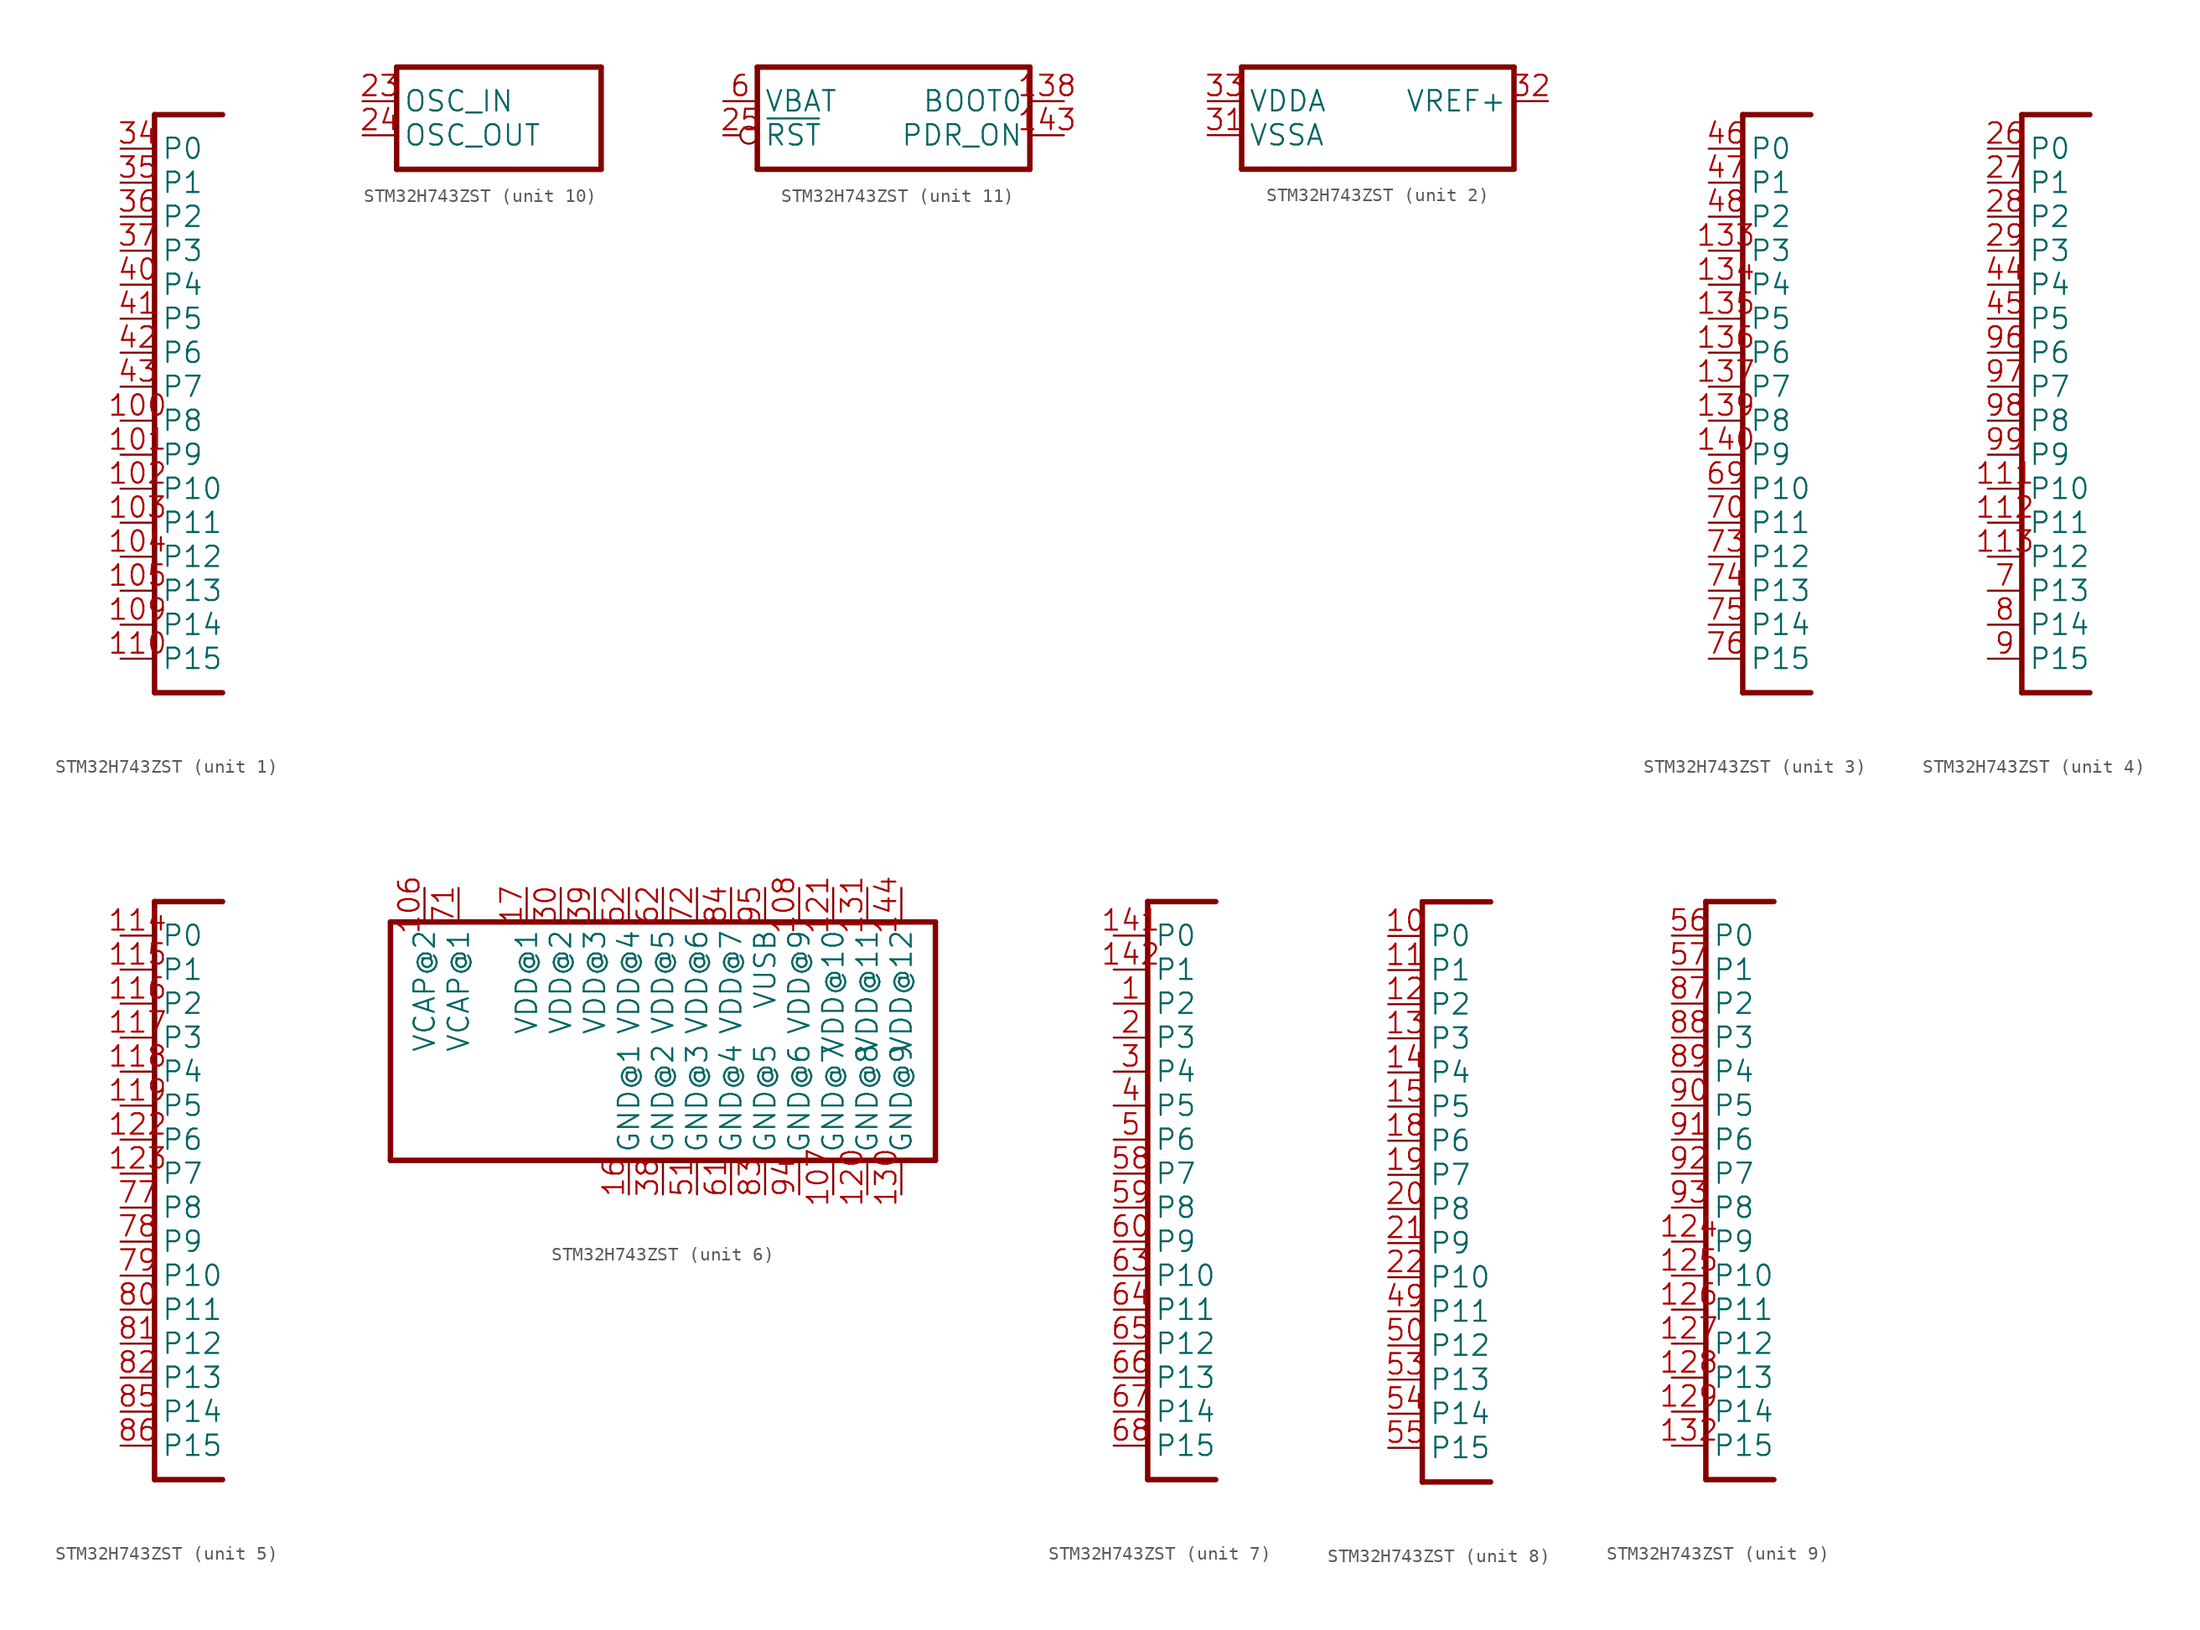
<source format=kicad_sym>
(kicad_symbol_lib
  (version 20241209)
  (generator "kicad_symbol_editor")
  (generator_version "9.0")
  (symbol "STM32H743ZST"
    (property "Reference" "IC"
      (at -10.16 -5.08 0)
      (effects (font (size 1.27 1.079)) (justify left bottom) (hide yes)))
    (property "ki_locked" ""
      (at 0 0 0)
      (effects (font (size 1.27 1.27))))
    (symbol "STM32H743ZST_1_0"
      (polyline (pts (xy -2.54 20.32) (xy -2.54 -22.86)) (stroke (width 0.406) (type solid)) (fill (type none)))
      (polyline (pts (xy -2.54 -22.86) (xy 2.54 -22.86)) (stroke (width 0.406) (type solid)) (fill (type none)))
      (polyline (pts (xy 2.54 20.32) (xy -2.54 20.32)) (stroke (width 0.406) (type solid)) (fill (type none)))
      (pin bidirectional line (at -5.08 17.78 0) (length 2.54) (name "P0" (effects (font (size 1.524 1.524)))) (number "34" (effects (font (size 1.524 1.524)))))
      (pin bidirectional line (at -5.08 15.24 0) (length 2.54) (name "P1" (effects (font (size 1.524 1.524)))) (number "35" (effects (font (size 1.524 1.524)))))
      (pin bidirectional line (at -5.08 12.7 0) (length 2.54) (name "P2" (effects (font (size 1.524 1.524)))) (number "36" (effects (font (size 1.524 1.524)))))
      (pin bidirectional line (at -5.08 10.16 0) (length 2.54) (name "P3" (effects (font (size 1.524 1.524)))) (number "37" (effects (font (size 1.524 1.524)))))
      (pin bidirectional line (at -5.08 7.62 0) (length 2.54) (name "P4" (effects (font (size 1.524 1.524)))) (number "40" (effects (font (size 1.524 1.524)))))
      (pin bidirectional line (at -5.08 5.08 0) (length 2.54) (name "P5" (effects (font (size 1.524 1.524)))) (number "41" (effects (font (size 1.524 1.524)))))
      (pin bidirectional line (at -5.08 2.54 0) (length 2.54) (name "P6" (effects (font (size 1.524 1.524)))) (number "42" (effects (font (size 1.524 1.524)))))
      (pin bidirectional line (at -5.08 0 0) (length 2.54) (name "P7" (effects (font (size 1.524 1.524)))) (number "43" (effects (font (size 1.524 1.524)))))
      (pin bidirectional line (at -5.08 -2.54 0) (length 2.54) (name "P8" (effects (font (size 1.524 1.524)))) (number "100" (effects (font (size 1.524 1.524)))))
      (pin bidirectional line (at -5.08 -5.08 0) (length 2.54) (name "P9" (effects (font (size 1.524 1.524)))) (number "101" (effects (font (size 1.524 1.524)))))
      (pin bidirectional line (at -5.08 -7.62 0) (length 2.54) (name "P10" (effects (font (size 1.524 1.524)))) (number "102" (effects (font (size 1.524 1.524)))))
      (pin bidirectional line (at -5.08 -10.16 0) (length 2.54) (name "P11" (effects (font (size 1.524 1.524)))) (number "103" (effects (font (size 1.524 1.524)))))
      (pin bidirectional line (at -5.08 -12.7 0) (length 2.54) (name "P12" (effects (font (size 1.524 1.524)))) (number "104" (effects (font (size 1.524 1.524)))))
      (pin bidirectional line (at -5.08 -15.24 0) (length 2.54) (name "P13" (effects (font (size 1.524 1.524)))) (number "105" (effects (font (size 1.524 1.524)))))
      (pin bidirectional line (at -5.08 -17.78 0) (length 2.54) (name "P14" (effects (font (size 1.524 1.524)))) (number "109" (effects (font (size 1.524 1.524)))))
      (pin bidirectional line (at -5.08 -20.32 0) (length 2.54) (name "P15" (effects (font (size 1.524 1.524)))) (number "110" (effects (font (size 1.524 1.524))))))
    (symbol "STM32H743ZST_2_0"
      (polyline (pts (xy -10.16 5.08) (xy -10.16 -2.54)) (stroke (width 0.406) (type solid)) (fill (type none)))
      (polyline (pts (xy -10.16 -2.54) (xy 10.16 -2.54)) (stroke (width 0.406) (type solid)) (fill (type none)))
      (polyline (pts (xy 10.16 5.08) (xy -10.16 5.08)) (stroke (width 0.406) (type solid)) (fill (type none)))
      (polyline (pts (xy 10.16 -2.54) (xy 10.16 5.08)) (stroke (width 0.406) (type solid)) (fill (type none)))
      (pin power_in line (at -12.7 2.54 0) (length 2.54) (name "VDDA" (effects (font (size 1.524 1.524)))) (number "33" (effects (font (size 1.524 1.524)))))
      (pin power_in line (at -12.7 0 0) (length 2.54) (name "VSSA" (effects (font (size 1.524 1.524)))) (number "31" (effects (font (size 1.524 1.524)))))
      (pin passive line (at 12.7 2.54 180) (length 2.54) (name "VREF+" (effects (font (size 1.524 1.524)))) (number "32" (effects (font (size 1.524 1.524))))))
    (symbol "STM32H743ZST_3_0"
      (polyline (pts (xy -2.54 20.32) (xy -2.54 -22.86)) (stroke (width 0.406) (type solid)) (fill (type none)))
      (polyline (pts (xy -2.54 -22.86) (xy 2.54 -22.86)) (stroke (width 0.406) (type solid)) (fill (type none)))
      (polyline (pts (xy 2.54 20.32) (xy -2.54 20.32)) (stroke (width 0.406) (type solid)) (fill (type none)))
      (pin bidirectional line (at -5.08 17.78 0) (length 2.54) (name "P0" (effects (font (size 1.524 1.524)))) (number "46" (effects (font (size 1.524 1.524)))))
      (pin bidirectional line (at -5.08 15.24 0) (length 2.54) (name "P1" (effects (font (size 1.524 1.524)))) (number "47" (effects (font (size 1.524 1.524)))))
      (pin bidirectional line (at -5.08 12.7 0) (length 2.54) (name "P2" (effects (font (size 1.524 1.524)))) (number "48" (effects (font (size 1.524 1.524)))))
      (pin bidirectional line (at -5.08 10.16 0) (length 2.54) (name "P3" (effects (font (size 1.524 1.524)))) (number "133" (effects (font (size 1.524 1.524)))))
      (pin bidirectional line (at -5.08 7.62 0) (length 2.54) (name "P4" (effects (font (size 1.524 1.524)))) (number "134" (effects (font (size 1.524 1.524)))))
      (pin bidirectional line (at -5.08 5.08 0) (length 2.54) (name "P5" (effects (font (size 1.524 1.524)))) (number "135" (effects (font (size 1.524 1.524)))))
      (pin bidirectional line (at -5.08 2.54 0) (length 2.54) (name "P6" (effects (font (size 1.524 1.524)))) (number "136" (effects (font (size 1.524 1.524)))))
      (pin bidirectional line (at -5.08 0 0) (length 2.54) (name "P7" (effects (font (size 1.524 1.524)))) (number "137" (effects (font (size 1.524 1.524)))))
      (pin bidirectional line (at -5.08 -2.54 0) (length 2.54) (name "P8" (effects (font (size 1.524 1.524)))) (number "139" (effects (font (size 1.524 1.524)))))
      (pin bidirectional line (at -5.08 -5.08 0) (length 2.54) (name "P9" (effects (font (size 1.524 1.524)))) (number "140" (effects (font (size 1.524 1.524)))))
      (pin bidirectional line (at -5.08 -7.62 0) (length 2.54) (name "P10" (effects (font (size 1.524 1.524)))) (number "69" (effects (font (size 1.524 1.524)))))
      (pin bidirectional line (at -5.08 -10.16 0) (length 2.54) (name "P11" (effects (font (size 1.524 1.524)))) (number "70" (effects (font (size 1.524 1.524)))))
      (pin bidirectional line (at -5.08 -12.7 0) (length 2.54) (name "P12" (effects (font (size 1.524 1.524)))) (number "73" (effects (font (size 1.524 1.524)))))
      (pin bidirectional line (at -5.08 -15.24 0) (length 2.54) (name "P13" (effects (font (size 1.524 1.524)))) (number "74" (effects (font (size 1.524 1.524)))))
      (pin bidirectional line (at -5.08 -17.78 0) (length 2.54) (name "P14" (effects (font (size 1.524 1.524)))) (number "75" (effects (font (size 1.524 1.524)))))
      (pin bidirectional line (at -5.08 -20.32 0) (length 2.54) (name "P15" (effects (font (size 1.524 1.524)))) (number "76" (effects (font (size 1.524 1.524))))))
    (symbol "STM32H743ZST_4_0"
      (polyline (pts (xy -2.54 20.32) (xy -2.54 -22.86)) (stroke (width 0.406) (type solid)) (fill (type none)))
      (polyline (pts (xy -2.54 -22.86) (xy 2.54 -22.86)) (stroke (width 0.406) (type solid)) (fill (type none)))
      (polyline (pts (xy 2.54 20.32) (xy -2.54 20.32)) (stroke (width 0.406) (type solid)) (fill (type none)))
      (pin bidirectional line (at -5.08 17.78 0) (length 2.54) (name "P0" (effects (font (size 1.524 1.524)))) (number "26" (effects (font (size 1.524 1.524)))))
      (pin bidirectional line (at -5.08 15.24 0) (length 2.54) (name "P1" (effects (font (size 1.524 1.524)))) (number "27" (effects (font (size 1.524 1.524)))))
      (pin bidirectional line (at -5.08 12.7 0) (length 2.54) (name "P2" (effects (font (size 1.524 1.524)))) (number "28" (effects (font (size 1.524 1.524)))))
      (pin bidirectional line (at -5.08 10.16 0) (length 2.54) (name "P3" (effects (font (size 1.524 1.524)))) (number "29" (effects (font (size 1.524 1.524)))))
      (pin bidirectional line (at -5.08 7.62 0) (length 2.54) (name "P4" (effects (font (size 1.524 1.524)))) (number "44" (effects (font (size 1.524 1.524)))))
      (pin bidirectional line (at -5.08 5.08 0) (length 2.54) (name "P5" (effects (font (size 1.524 1.524)))) (number "45" (effects (font (size 1.524 1.524)))))
      (pin bidirectional line (at -5.08 2.54 0) (length 2.54) (name "P6" (effects (font (size 1.524 1.524)))) (number "96" (effects (font (size 1.524 1.524)))))
      (pin bidirectional line (at -5.08 0 0) (length 2.54) (name "P7" (effects (font (size 1.524 1.524)))) (number "97" (effects (font (size 1.524 1.524)))))
      (pin bidirectional line (at -5.08 -2.54 0) (length 2.54) (name "P8" (effects (font (size 1.524 1.524)))) (number "98" (effects (font (size 1.524 1.524)))))
      (pin bidirectional line (at -5.08 -5.08 0) (length 2.54) (name "P9" (effects (font (size 1.524 1.524)))) (number "99" (effects (font (size 1.524 1.524)))))
      (pin bidirectional line (at -5.08 -7.62 0) (length 2.54) (name "P10" (effects (font (size 1.524 1.524)))) (number "111" (effects (font (size 1.524 1.524)))))
      (pin bidirectional line (at -5.08 -10.16 0) (length 2.54) (name "P11" (effects (font (size 1.524 1.524)))) (number "112" (effects (font (size 1.524 1.524)))))
      (pin bidirectional line (at -5.08 -12.7 0) (length 2.54) (name "P12" (effects (font (size 1.524 1.524)))) (number "113" (effects (font (size 1.524 1.524)))))
      (pin bidirectional line (at -5.08 -15.24 0) (length 2.54) (name "P13" (effects (font (size 1.524 1.524)))) (number "7" (effects (font (size 1.524 1.524)))))
      (pin bidirectional line (at -5.08 -17.78 0) (length 2.54) (name "P14" (effects (font (size 1.524 1.524)))) (number "8" (effects (font (size 1.524 1.524)))))
      (pin bidirectional line (at -5.08 -20.32 0) (length 2.54) (name "P15" (effects (font (size 1.524 1.524)))) (number "9" (effects (font (size 1.524 1.524))))))
    (symbol "STM32H743ZST_5_0"
      (polyline (pts (xy -2.54 20.32) (xy -2.54 -22.86)) (stroke (width 0.406) (type solid)) (fill (type none)))
      (polyline (pts (xy -2.54 -22.86) (xy 2.54 -22.86)) (stroke (width 0.406) (type solid)) (fill (type none)))
      (polyline (pts (xy 2.54 20.32) (xy -2.54 20.32)) (stroke (width 0.406) (type solid)) (fill (type none)))
      (pin bidirectional line (at -5.08 17.78 0) (length 2.54) (name "P0" (effects (font (size 1.524 1.524)))) (number "114" (effects (font (size 1.524 1.524)))))
      (pin bidirectional line (at -5.08 15.24 0) (length 2.54) (name "P1" (effects (font (size 1.524 1.524)))) (number "115" (effects (font (size 1.524 1.524)))))
      (pin bidirectional line (at -5.08 12.7 0) (length 2.54) (name "P2" (effects (font (size 1.524 1.524)))) (number "116" (effects (font (size 1.524 1.524)))))
      (pin bidirectional line (at -5.08 10.16 0) (length 2.54) (name "P3" (effects (font (size 1.524 1.524)))) (number "117" (effects (font (size 1.524 1.524)))))
      (pin bidirectional line (at -5.08 7.62 0) (length 2.54) (name "P4" (effects (font (size 1.524 1.524)))) (number "118" (effects (font (size 1.524 1.524)))))
      (pin bidirectional line (at -5.08 5.08 0) (length 2.54) (name "P5" (effects (font (size 1.524 1.524)))) (number "119" (effects (font (size 1.524 1.524)))))
      (pin bidirectional line (at -5.08 2.54 0) (length 2.54) (name "P6" (effects (font (size 1.524 1.524)))) (number "122" (effects (font (size 1.524 1.524)))))
      (pin bidirectional line (at -5.08 0 0) (length 2.54) (name "P7" (effects (font (size 1.524 1.524)))) (number "123" (effects (font (size 1.524 1.524)))))
      (pin bidirectional line (at -5.08 -2.54 0) (length 2.54) (name "P8" (effects (font (size 1.524 1.524)))) (number "77" (effects (font (size 1.524 1.524)))))
      (pin bidirectional line (at -5.08 -5.08 0) (length 2.54) (name "P9" (effects (font (size 1.524 1.524)))) (number "78" (effects (font (size 1.524 1.524)))))
      (pin bidirectional line (at -5.08 -7.62 0) (length 2.54) (name "P10" (effects (font (size 1.524 1.524)))) (number "79" (effects (font (size 1.524 1.524)))))
      (pin bidirectional line (at -5.08 -10.16 0) (length 2.54) (name "P11" (effects (font (size 1.524 1.524)))) (number "80" (effects (font (size 1.524 1.524)))))
      (pin bidirectional line (at -5.08 -12.7 0) (length 2.54) (name "P12" (effects (font (size 1.524 1.524)))) (number "81" (effects (font (size 1.524 1.524)))))
      (pin bidirectional line (at -5.08 -15.24 0) (length 2.54) (name "P13" (effects (font (size 1.524 1.524)))) (number "82" (effects (font (size 1.524 1.524)))))
      (pin bidirectional line (at -5.08 -17.78 0) (length 2.54) (name "P14" (effects (font (size 1.524 1.524)))) (number "85" (effects (font (size 1.524 1.524)))))
      (pin bidirectional line (at -5.08 -20.32 0) (length 2.54) (name "P15" (effects (font (size 1.524 1.524)))) (number "86" (effects (font (size 1.524 1.524))))))
    (symbol "STM32H743ZST_6_0"
      (polyline (pts (xy -30.48 7.62) (xy 10.16 7.62)) (stroke (width 0.406) (type solid)) (fill (type none)))
      (polyline (pts (xy -30.48 -10.16) (xy -30.48 7.62)) (stroke (width 0.406) (type solid)) (fill (type none)))
      (polyline (pts (xy 10.16 7.62) (xy 10.16 -10.16)) (stroke (width 0.406) (type solid)) (fill (type none)))
      (polyline (pts (xy 10.16 -10.16) (xy -30.48 -10.16)) (stroke (width 0.406) (type solid)) (fill (type none)))
      (pin power_in line (at -27.94 10.16 270) (length 2.54) (name "VCAP@2" (effects (font (size 1.524 1.524)))) (number "106" (effects (font (size 1.524 1.524)))))
      (pin power_in line (at -25.4 10.16 270) (length 2.54) (name "VCAP@1" (effects (font (size 1.524 1.524)))) (number "71" (effects (font (size 1.524 1.524)))))
      (pin power_in line (at -20.32 10.16 270) (length 2.54) (name "VDD@1" (effects (font (size 1.524 1.524)))) (number "17" (effects (font (size 1.524 1.524)))))
      (pin power_in line (at -17.78 10.16 270) (length 2.54) (name "VDD@2" (effects (font (size 1.524 1.524)))) (number "30" (effects (font (size 1.524 1.524)))))
      (pin power_in line (at -15.24 10.16 270) (length 2.54) (name "VDD@3" (effects (font (size 1.524 1.524)))) (number "39" (effects (font (size 1.524 1.524)))))
      (pin power_in line (at -12.7 10.16 270) (length 2.54) (name "VDD@4" (effects (font (size 1.524 1.524)))) (number "52" (effects (font (size 1.524 1.524)))))
      (pin power_in line (at -12.7 -12.7 90) (length 2.54) (name "GND@1" (effects (font (size 1.524 1.524)))) (number "16" (effects (font (size 1.524 1.524)))))
      (pin power_in line (at -10.16 10.16 270) (length 2.54) (name "VDD@5" (effects (font (size 1.524 1.524)))) (number "62" (effects (font (size 1.524 1.524)))))
      (pin power_in line (at -10.16 -12.7 90) (length 2.54) (name "GND@2" (effects (font (size 1.524 1.524)))) (number "38" (effects (font (size 1.524 1.524)))))
      (pin power_in line (at -7.62 10.16 270) (length 2.54) (name "VDD@6" (effects (font (size 1.524 1.524)))) (number "72" (effects (font (size 1.524 1.524)))))
      (pin power_in line (at -7.62 -12.7 90) (length 2.54) (name "GND@3" (effects (font (size 1.524 1.524)))) (number "51" (effects (font (size 1.524 1.524)))))
      (pin power_in line (at -5.08 10.16 270) (length 2.54) (name "VDD@7" (effects (font (size 1.524 1.524)))) (number "84" (effects (font (size 1.524 1.524)))))
      (pin power_in line (at -5.08 -12.7 90) (length 2.54) (name "GND@4" (effects (font (size 1.524 1.524)))) (number "61" (effects (font (size 1.524 1.524)))))
      (pin power_in line (at -2.54 10.16 270) (length 2.54) (name "VUSB" (effects (font (size 1.524 1.524)))) (number "95" (effects (font (size 1.524 1.524)))))
      (pin power_in line (at -2.54 -12.7 90) (length 2.54) (name "GND@5" (effects (font (size 1.524 1.524)))) (number "83" (effects (font (size 1.524 1.524)))))
      (pin power_in line (at 0 10.16 270) (length 2.54) (name "VDD@9" (effects (font (size 1.524 1.524)))) (number "108" (effects (font (size 1.524 1.524)))))
      (pin power_in line (at 0 -12.7 90) (length 2.54) (name "GND@6" (effects (font (size 1.524 1.524)))) (number "94" (effects (font (size 1.524 1.524)))))
      (pin power_in line (at 2.54 10.16 270) (length 2.54) (name "VDD@10" (effects (font (size 1.524 1.524)))) (number "121" (effects (font (size 1.524 1.524)))))
      (pin power_in line (at 2.54 -12.7 90) (length 2.54) (name "GND@7" (effects (font (size 1.524 1.524)))) (number "107" (effects (font (size 1.524 1.524)))))
      (pin power_in line (at 5.08 10.16 270) (length 2.54) (name "VDD@11" (effects (font (size 1.524 1.524)))) (number "131" (effects (font (size 1.524 1.524)))))
      (pin power_in line (at 5.08 -12.7 90) (length 2.54) (name "GND@8" (effects (font (size 1.524 1.524)))) (number "120" (effects (font (size 1.524 1.524)))))
      (pin power_in line (at 7.62 10.16 270) (length 2.54) (name "VDD@12" (effects (font (size 1.524 1.524)))) (number "144" (effects (font (size 1.524 1.524)))))
      (pin power_in line (at 7.62 -12.7 90) (length 2.54) (name "GND@9" (effects (font (size 1.524 1.524)))) (number "130" (effects (font (size 1.524 1.524))))))
    (symbol "STM32H743ZST_7_0"
      (polyline (pts (xy -2.54 20.32) (xy -2.54 -22.86)) (stroke (width 0.406) (type solid)) (fill (type none)))
      (polyline (pts (xy -2.54 -22.86) (xy 2.54 -22.86)) (stroke (width 0.406) (type solid)) (fill (type none)))
      (polyline (pts (xy 2.54 20.32) (xy -2.54 20.32)) (stroke (width 0.406) (type solid)) (fill (type none)))
      (pin bidirectional line (at -5.08 17.78 0) (length 2.54) (name "P0" (effects (font (size 1.524 1.524)))) (number "141" (effects (font (size 1.524 1.524)))))
      (pin bidirectional line (at -5.08 15.24 0) (length 2.54) (name "P1" (effects (font (size 1.524 1.524)))) (number "142" (effects (font (size 1.524 1.524)))))
      (pin bidirectional line (at -5.08 12.7 0) (length 2.54) (name "P2" (effects (font (size 1.524 1.524)))) (number "1" (effects (font (size 1.524 1.524)))))
      (pin bidirectional line (at -5.08 10.16 0) (length 2.54) (name "P3" (effects (font (size 1.524 1.524)))) (number "2" (effects (font (size 1.524 1.524)))))
      (pin bidirectional line (at -5.08 7.62 0) (length 2.54) (name "P4" (effects (font (size 1.524 1.524)))) (number "3" (effects (font (size 1.524 1.524)))))
      (pin bidirectional line (at -5.08 5.08 0) (length 2.54) (name "P5" (effects (font (size 1.524 1.524)))) (number "4" (effects (font (size 1.524 1.524)))))
      (pin bidirectional line (at -5.08 2.54 0) (length 2.54) (name "P6" (effects (font (size 1.524 1.524)))) (number "5" (effects (font (size 1.524 1.524)))))
      (pin bidirectional line (at -5.08 0 0) (length 2.54) (name "P7" (effects (font (size 1.524 1.524)))) (number "58" (effects (font (size 1.524 1.524)))))
      (pin bidirectional line (at -5.08 -2.54 0) (length 2.54) (name "P8" (effects (font (size 1.524 1.524)))) (number "59" (effects (font (size 1.524 1.524)))))
      (pin bidirectional line (at -5.08 -5.08 0) (length 2.54) (name "P9" (effects (font (size 1.524 1.524)))) (number "60" (effects (font (size 1.524 1.524)))))
      (pin bidirectional line (at -5.08 -7.62 0) (length 2.54) (name "P10" (effects (font (size 1.524 1.524)))) (number "63" (effects (font (size 1.524 1.524)))))
      (pin bidirectional line (at -5.08 -10.16 0) (length 2.54) (name "P11" (effects (font (size 1.524 1.524)))) (number "64" (effects (font (size 1.524 1.524)))))
      (pin bidirectional line (at -5.08 -12.7 0) (length 2.54) (name "P12" (effects (font (size 1.524 1.524)))) (number "65" (effects (font (size 1.524 1.524)))))
      (pin bidirectional line (at -5.08 -15.24 0) (length 2.54) (name "P13" (effects (font (size 1.524 1.524)))) (number "66" (effects (font (size 1.524 1.524)))))
      (pin bidirectional line (at -5.08 -17.78 0) (length 2.54) (name "P14" (effects (font (size 1.524 1.524)))) (number "67" (effects (font (size 1.524 1.524)))))
      (pin bidirectional line (at -5.08 -20.32 0) (length 2.54) (name "P15" (effects (font (size 1.524 1.524)))) (number "68" (effects (font (size 1.524 1.524))))))
    (symbol "STM32H743ZST_8_0"
      (polyline (pts (xy -2.54 20.32) (xy -2.54 -22.86)) (stroke (width 0.406) (type solid)) (fill (type none)))
      (polyline (pts (xy -2.54 -22.86) (xy 2.54 -22.86)) (stroke (width 0.406) (type solid)) (fill (type none)))
      (polyline (pts (xy 2.54 20.32) (xy -2.54 20.32)) (stroke (width 0.406) (type solid)) (fill (type none)))
      (pin bidirectional line (at -5.08 17.78 0) (length 2.54) (name "P0" (effects (font (size 1.524 1.524)))) (number "10" (effects (font (size 1.524 1.524)))))
      (pin bidirectional line (at -5.08 15.24 0) (length 2.54) (name "P1" (effects (font (size 1.524 1.524)))) (number "11" (effects (font (size 1.524 1.524)))))
      (pin bidirectional line (at -5.08 12.7 0) (length 2.54) (name "P2" (effects (font (size 1.524 1.524)))) (number "12" (effects (font (size 1.524 1.524)))))
      (pin bidirectional line (at -5.08 10.16 0) (length 2.54) (name "P3" (effects (font (size 1.524 1.524)))) (number "13" (effects (font (size 1.524 1.524)))))
      (pin bidirectional line (at -5.08 7.62 0) (length 2.54) (name "P4" (effects (font (size 1.524 1.524)))) (number "14" (effects (font (size 1.524 1.524)))))
      (pin bidirectional line (at -5.08 5.08 0) (length 2.54) (name "P5" (effects (font (size 1.524 1.524)))) (number "15" (effects (font (size 1.524 1.524)))))
      (pin bidirectional line (at -5.08 2.54 0) (length 2.54) (name "P6" (effects (font (size 1.524 1.524)))) (number "18" (effects (font (size 1.524 1.524)))))
      (pin bidirectional line (at -5.08 0 0) (length 2.54) (name "P7" (effects (font (size 1.524 1.524)))) (number "19" (effects (font (size 1.524 1.524)))))
      (pin bidirectional line (at -5.08 -2.54 0) (length 2.54) (name "P8" (effects (font (size 1.524 1.524)))) (number "20" (effects (font (size 1.524 1.524)))))
      (pin bidirectional line (at -5.08 -5.08 0) (length 2.54) (name "P9" (effects (font (size 1.524 1.524)))) (number "21" (effects (font (size 1.524 1.524)))))
      (pin bidirectional line (at -5.08 -7.62 0) (length 2.54) (name "P10" (effects (font (size 1.524 1.524)))) (number "22" (effects (font (size 1.524 1.524)))))
      (pin bidirectional line (at -5.08 -10.16 0) (length 2.54) (name "P11" (effects (font (size 1.524 1.524)))) (number "49" (effects (font (size 1.524 1.524)))))
      (pin bidirectional line (at -5.08 -12.7 0) (length 2.54) (name "P12" (effects (font (size 1.524 1.524)))) (number "50" (effects (font (size 1.524 1.524)))))
      (pin bidirectional line (at -5.08 -15.24 0) (length 2.54) (name "P13" (effects (font (size 1.524 1.524)))) (number "53" (effects (font (size 1.524 1.524)))))
      (pin bidirectional line (at -5.08 -17.78 0) (length 2.54) (name "P14" (effects (font (size 1.524 1.524)))) (number "54" (effects (font (size 1.524 1.524)))))
      (pin bidirectional line (at -5.08 -20.32 0) (length 2.54) (name "P15" (effects (font (size 1.524 1.524)))) (number "55" (effects (font (size 1.524 1.524))))))
    (symbol "STM32H743ZST_9_0"
      (polyline (pts (xy -2.54 20.32) (xy -2.54 -22.86)) (stroke (width 0.406) (type solid)) (fill (type none)))
      (polyline (pts (xy -2.54 -22.86) (xy 2.54 -22.86)) (stroke (width 0.406) (type solid)) (fill (type none)))
      (polyline (pts (xy 2.54 20.32) (xy -2.54 20.32)) (stroke (width 0.406) (type solid)) (fill (type none)))
      (pin bidirectional line (at -5.08 17.78 0) (length 2.54) (name "P0" (effects (font (size 1.524 1.524)))) (number "56" (effects (font (size 1.524 1.524)))))
      (pin bidirectional line (at -5.08 15.24 0) (length 2.54) (name "P1" (effects (font (size 1.524 1.524)))) (number "57" (effects (font (size 1.524 1.524)))))
      (pin bidirectional line (at -5.08 12.7 0) (length 2.54) (name "P2" (effects (font (size 1.524 1.524)))) (number "87" (effects (font (size 1.524 1.524)))))
      (pin bidirectional line (at -5.08 10.16 0) (length 2.54) (name "P3" (effects (font (size 1.524 1.524)))) (number "88" (effects (font (size 1.524 1.524)))))
      (pin bidirectional line (at -5.08 7.62 0) (length 2.54) (name "P4" (effects (font (size 1.524 1.524)))) (number "89" (effects (font (size 1.524 1.524)))))
      (pin bidirectional line (at -5.08 5.08 0) (length 2.54) (name "P5" (effects (font (size 1.524 1.524)))) (number "90" (effects (font (size 1.524 1.524)))))
      (pin bidirectional line (at -5.08 2.54 0) (length 2.54) (name "P6" (effects (font (size 1.524 1.524)))) (number "91" (effects (font (size 1.524 1.524)))))
      (pin bidirectional line (at -5.08 0 0) (length 2.54) (name "P7" (effects (font (size 1.524 1.524)))) (number "92" (effects (font (size 1.524 1.524)))))
      (pin bidirectional line (at -5.08 -2.54 0) (length 2.54) (name "P8" (effects (font (size 1.524 1.524)))) (number "93" (effects (font (size 1.524 1.524)))))
      (pin bidirectional line (at -5.08 -5.08 0) (length 2.54) (name "P9" (effects (font (size 1.524 1.524)))) (number "124" (effects (font (size 1.524 1.524)))))
      (pin bidirectional line (at -5.08 -7.62 0) (length 2.54) (name "P10" (effects (font (size 1.524 1.524)))) (number "125" (effects (font (size 1.524 1.524)))))
      (pin bidirectional line (at -5.08 -10.16 0) (length 2.54) (name "P11" (effects (font (size 1.524 1.524)))) (number "126" (effects (font (size 1.524 1.524)))))
      (pin bidirectional line (at -5.08 -12.7 0) (length 2.54) (name "P12" (effects (font (size 1.524 1.524)))) (number "127" (effects (font (size 1.524 1.524)))))
      (pin bidirectional line (at -5.08 -15.24 0) (length 2.54) (name "P13" (effects (font (size 1.524 1.524)))) (number "128" (effects (font (size 1.524 1.524)))))
      (pin bidirectional line (at -5.08 -17.78 0) (length 2.54) (name "P14" (effects (font (size 1.524 1.524)))) (number "129" (effects (font (size 1.524 1.524)))))
      (pin bidirectional line (at -5.08 -20.32 0) (length 2.54) (name "P15" (effects (font (size 1.524 1.524)))) (number "132" (effects (font (size 1.524 1.524))))))
    (symbol "STM32H743ZST_10_0"
      (polyline (pts (xy -7.62 5.08) (xy -7.62 -2.54)) (stroke (width 0.406) (type solid)) (fill (type none)))
      (polyline (pts (xy -7.62 -2.54) (xy 7.62 -2.54)) (stroke (width 0.406) (type solid)) (fill (type none)))
      (polyline (pts (xy 7.62 5.08) (xy -7.62 5.08)) (stroke (width 0.406) (type solid)) (fill (type none)))
      (polyline (pts (xy 7.62 -2.54) (xy 7.62 5.08)) (stroke (width 0.406) (type solid)) (fill (type none)))
      (pin passive line (at -10.16 2.54 0) (length 2.54) (name "OSC_IN" (effects (font (size 1.524 1.524)))) (number "23" (effects (font (size 1.524 1.524)))))
      (pin passive line (at -10.16 0 0) (length 2.54) (name "OSC_OUT" (effects (font (size 1.524 1.524)))) (number "24" (effects (font (size 1.524 1.524))))))
    (symbol "STM32H743ZST_11_0"
      (polyline (pts (xy -10.16 5.08) (xy -10.16 -2.54)) (stroke (width 0.406) (type solid)) (fill (type none)))
      (polyline (pts (xy -10.16 -2.54) (xy 10.16 -2.54)) (stroke (width 0.406) (type solid)) (fill (type none)))
      (polyline (pts (xy 10.16 5.08) (xy -10.16 5.08)) (stroke (width 0.406) (type solid)) (fill (type none)))
      (polyline (pts (xy 10.16 -2.54) (xy 10.16 5.08)) (stroke (width 0.406) (type solid)) (fill (type none)))
      (pin passive line (at -12.7 2.54 0) (length 2.54) (name "VBAT" (effects (font (size 1.524 1.524)))) (number "6" (effects (font (size 1.524 1.524)))))
      (pin input inverted (at -12.7 0 0) (length 2.54) (name "~{RST}" (effects (font (size 1.524 1.524)))) (number "25" (effects (font (size 1.524 1.524)))))
      (pin input line (at 12.7 2.54 180) (length 2.54) (name "BOOT0" (effects (font (size 1.524 1.524)))) (number "138" (effects (font (size 1.524 1.524)))))
      (pin bidirectional line (at 12.7 0 180) (length 2.54) (name "PDR_ON" (effects (font (size 1.524 1.524)))) (number "143" (effects (font (size 1.524 1.524))))))))
</source>
